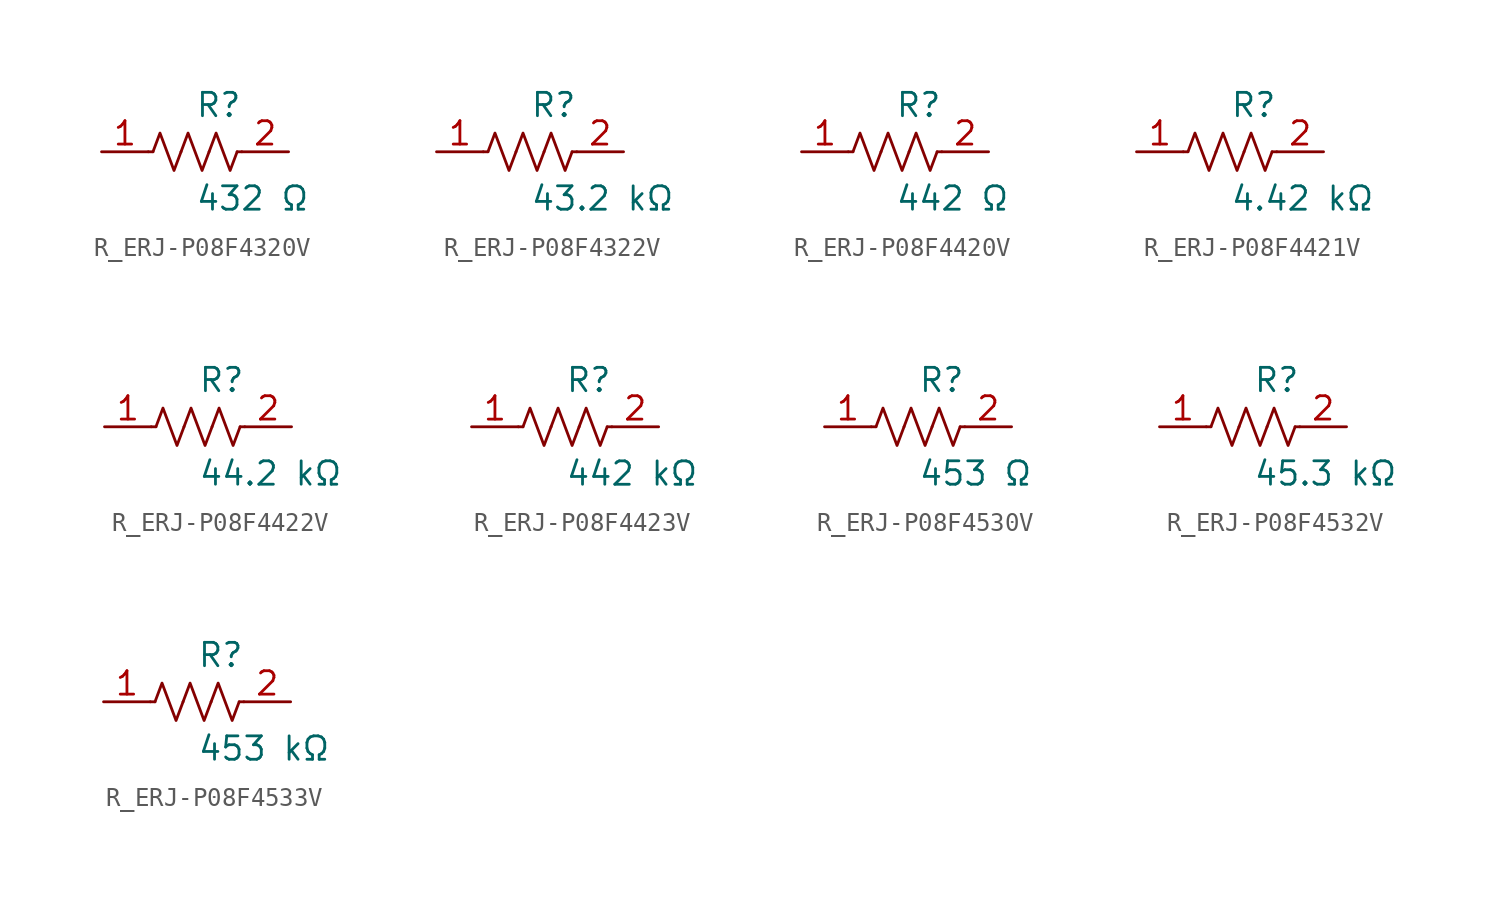
<source format=kicad_sym>
(kicad_symbol_lib
  (version 20231120)
  (generator kicad_symbol_editor)
  (generator_version 8.0)
  (symbol "R_ERJ-P08F4320V"
    (pin_names
      (offset 0.254))
    (property "Reference" "R"
      (at 0.0 2.54 0)
      (effects (font (size 1.27 1.27)) (justify left)))
    (property "Value" "432 Ω"
      (at 0.0 -2.54 0)
      (effects (font (size 1.27 1.27)) (justify left)))
    (symbol "R_ERJ-P08F4320V_0_1"
      (polyline (pts (xy 2.286 0) (xy 2.54 0)) (stroke (width 0) (type default)) (fill (type none)))
      (polyline (pts (xy -2.286 0) (xy -2.54 0)) (stroke (width 0) (type default)) (fill (type none)))
      (polyline (pts (xy 0.762 0) (xy 1.143 1.016) (xy 1.524 0) (xy 1.905 -1.016) (xy 2.286 0)) (stroke (width 0) (type default)) (fill (type none)))
      (polyline (pts (xy -0.762 0) (xy -0.381 1.016) (xy 0 0) (xy 0.381 -1.016) (xy 0.762 0)) (stroke (width 0) (type default)) (fill (type none)))
      (polyline (pts (xy -2.286 0) (xy -1.905 1.016) (xy -1.524 0) (xy -1.143 -1.016) (xy -0.762 0)) (stroke (width 0) (type default)) (fill (type none))))
    (pin unspecified line
      (at -5.08 0 0)
      (length 2.54)
      (name "" (effects (font (size 1.27 1.27))))
      (number "1" (effects (font (size 1.27 1.27)))))
    (pin unspecified line
      (at 5.08 0 180)
      (length 2.54)
      (name "" (effects (font (size 1.27 1.27))))
      (number "2" (effects (font (size 1.27 1.27))))))
  (symbol "R_ERJ-P08F4322V"
    (pin_names
      (offset 0.254))
    (property "Reference" "R"
      (at 0.0 2.54 0)
      (effects (font (size 1.27 1.27)) (justify left)))
    (property "Value" "43.2 kΩ"
      (at 0.0 -2.54 0)
      (effects (font (size 1.27 1.27)) (justify left)))
    (symbol "R_ERJ-P08F4322V_0_1"
      (polyline (pts (xy 2.286 0) (xy 2.54 0)) (stroke (width 0) (type default)) (fill (type none)))
      (polyline (pts (xy -2.286 0) (xy -2.54 0)) (stroke (width 0) (type default)) (fill (type none)))
      (polyline (pts (xy 0.762 0) (xy 1.143 1.016) (xy 1.524 0) (xy 1.905 -1.016) (xy 2.286 0)) (stroke (width 0) (type default)) (fill (type none)))
      (polyline (pts (xy -0.762 0) (xy -0.381 1.016) (xy 0 0) (xy 0.381 -1.016) (xy 0.762 0)) (stroke (width 0) (type default)) (fill (type none)))
      (polyline (pts (xy -2.286 0) (xy -1.905 1.016) (xy -1.524 0) (xy -1.143 -1.016) (xy -0.762 0)) (stroke (width 0) (type default)) (fill (type none))))
    (pin unspecified line
      (at -5.08 0 0)
      (length 2.54)
      (name "" (effects (font (size 1.27 1.27))))
      (number "1" (effects (font (size 1.27 1.27)))))
    (pin unspecified line
      (at 5.08 0 180)
      (length 2.54)
      (name "" (effects (font (size 1.27 1.27))))
      (number "2" (effects (font (size 1.27 1.27))))))
  (symbol "R_ERJ-P08F4420V"
    (pin_names
      (offset 0.254))
    (property "Reference" "R"
      (at 0.0 2.54 0)
      (effects (font (size 1.27 1.27)) (justify left)))
    (property "Value" "442 Ω"
      (at 0.0 -2.54 0)
      (effects (font (size 1.27 1.27)) (justify left)))
    (symbol "R_ERJ-P08F4420V_0_1"
      (polyline (pts (xy 2.286 0) (xy 2.54 0)) (stroke (width 0) (type default)) (fill (type none)))
      (polyline (pts (xy -2.286 0) (xy -2.54 0)) (stroke (width 0) (type default)) (fill (type none)))
      (polyline (pts (xy 0.762 0) (xy 1.143 1.016) (xy 1.524 0) (xy 1.905 -1.016) (xy 2.286 0)) (stroke (width 0) (type default)) (fill (type none)))
      (polyline (pts (xy -0.762 0) (xy -0.381 1.016) (xy 0 0) (xy 0.381 -1.016) (xy 0.762 0)) (stroke (width 0) (type default)) (fill (type none)))
      (polyline (pts (xy -2.286 0) (xy -1.905 1.016) (xy -1.524 0) (xy -1.143 -1.016) (xy -0.762 0)) (stroke (width 0) (type default)) (fill (type none))))
    (pin unspecified line
      (at -5.08 0 0)
      (length 2.54)
      (name "" (effects (font (size 1.27 1.27))))
      (number "1" (effects (font (size 1.27 1.27)))))
    (pin unspecified line
      (at 5.08 0 180)
      (length 2.54)
      (name "" (effects (font (size 1.27 1.27))))
      (number "2" (effects (font (size 1.27 1.27))))))
  (symbol "R_ERJ-P08F4421V"
    (pin_names
      (offset 0.254))
    (property "Reference" "R"
      (at 0.0 2.54 0)
      (effects (font (size 1.27 1.27)) (justify left)))
    (property "Value" "4.42 kΩ"
      (at 0.0 -2.54 0)
      (effects (font (size 1.27 1.27)) (justify left)))
    (symbol "R_ERJ-P08F4421V_0_1"
      (polyline (pts (xy 2.286 0) (xy 2.54 0)) (stroke (width 0) (type default)) (fill (type none)))
      (polyline (pts (xy -2.286 0) (xy -2.54 0)) (stroke (width 0) (type default)) (fill (type none)))
      (polyline (pts (xy 0.762 0) (xy 1.143 1.016) (xy 1.524 0) (xy 1.905 -1.016) (xy 2.286 0)) (stroke (width 0) (type default)) (fill (type none)))
      (polyline (pts (xy -0.762 0) (xy -0.381 1.016) (xy 0 0) (xy 0.381 -1.016) (xy 0.762 0)) (stroke (width 0) (type default)) (fill (type none)))
      (polyline (pts (xy -2.286 0) (xy -1.905 1.016) (xy -1.524 0) (xy -1.143 -1.016) (xy -0.762 0)) (stroke (width 0) (type default)) (fill (type none))))
    (pin unspecified line
      (at -5.08 0 0)
      (length 2.54)
      (name "" (effects (font (size 1.27 1.27))))
      (number "1" (effects (font (size 1.27 1.27)))))
    (pin unspecified line
      (at 5.08 0 180)
      (length 2.54)
      (name "" (effects (font (size 1.27 1.27))))
      (number "2" (effects (font (size 1.27 1.27))))))
  (symbol "R_ERJ-P08F4422V"
    (pin_names
      (offset 0.254))
    (property "Reference" "R"
      (at 0.0 2.54 0)
      (effects (font (size 1.27 1.27)) (justify left)))
    (property "Value" "44.2 kΩ"
      (at 0.0 -2.54 0)
      (effects (font (size 1.27 1.27)) (justify left)))
    (symbol "R_ERJ-P08F4422V_0_1"
      (polyline (pts (xy 2.286 0) (xy 2.54 0)) (stroke (width 0) (type default)) (fill (type none)))
      (polyline (pts (xy -2.286 0) (xy -2.54 0)) (stroke (width 0) (type default)) (fill (type none)))
      (polyline (pts (xy 0.762 0) (xy 1.143 1.016) (xy 1.524 0) (xy 1.905 -1.016) (xy 2.286 0)) (stroke (width 0) (type default)) (fill (type none)))
      (polyline (pts (xy -0.762 0) (xy -0.381 1.016) (xy 0 0) (xy 0.381 -1.016) (xy 0.762 0)) (stroke (width 0) (type default)) (fill (type none)))
      (polyline (pts (xy -2.286 0) (xy -1.905 1.016) (xy -1.524 0) (xy -1.143 -1.016) (xy -0.762 0)) (stroke (width 0) (type default)) (fill (type none))))
    (pin unspecified line
      (at -5.08 0 0)
      (length 2.54)
      (name "" (effects (font (size 1.27 1.27))))
      (number "1" (effects (font (size 1.27 1.27)))))
    (pin unspecified line
      (at 5.08 0 180)
      (length 2.54)
      (name "" (effects (font (size 1.27 1.27))))
      (number "2" (effects (font (size 1.27 1.27))))))
  (symbol "R_ERJ-P08F4423V"
    (pin_names
      (offset 0.254))
    (property "Reference" "R"
      (at 0.0 2.54 0)
      (effects (font (size 1.27 1.27)) (justify left)))
    (property "Value" "442 kΩ"
      (at 0.0 -2.54 0)
      (effects (font (size 1.27 1.27)) (justify left)))
    (symbol "R_ERJ-P08F4423V_0_1"
      (polyline (pts (xy 2.286 0) (xy 2.54 0)) (stroke (width 0) (type default)) (fill (type none)))
      (polyline (pts (xy -2.286 0) (xy -2.54 0)) (stroke (width 0) (type default)) (fill (type none)))
      (polyline (pts (xy 0.762 0) (xy 1.143 1.016) (xy 1.524 0) (xy 1.905 -1.016) (xy 2.286 0)) (stroke (width 0) (type default)) (fill (type none)))
      (polyline (pts (xy -0.762 0) (xy -0.381 1.016) (xy 0 0) (xy 0.381 -1.016) (xy 0.762 0)) (stroke (width 0) (type default)) (fill (type none)))
      (polyline (pts (xy -2.286 0) (xy -1.905 1.016) (xy -1.524 0) (xy -1.143 -1.016) (xy -0.762 0)) (stroke (width 0) (type default)) (fill (type none))))
    (pin unspecified line
      (at -5.08 0 0)
      (length 2.54)
      (name "" (effects (font (size 1.27 1.27))))
      (number "1" (effects (font (size 1.27 1.27)))))
    (pin unspecified line
      (at 5.08 0 180)
      (length 2.54)
      (name "" (effects (font (size 1.27 1.27))))
      (number "2" (effects (font (size 1.27 1.27))))))
  (symbol "R_ERJ-P08F4530V"
    (pin_names
      (offset 0.254))
    (property "Reference" "R"
      (at 0.0 2.54 0)
      (effects (font (size 1.27 1.27)) (justify left)))
    (property "Value" "453 Ω"
      (at 0.0 -2.54 0)
      (effects (font (size 1.27 1.27)) (justify left)))
    (symbol "R_ERJ-P08F4530V_0_1"
      (polyline (pts (xy 2.286 0) (xy 2.54 0)) (stroke (width 0) (type default)) (fill (type none)))
      (polyline (pts (xy -2.286 0) (xy -2.54 0)) (stroke (width 0) (type default)) (fill (type none)))
      (polyline (pts (xy 0.762 0) (xy 1.143 1.016) (xy 1.524 0) (xy 1.905 -1.016) (xy 2.286 0)) (stroke (width 0) (type default)) (fill (type none)))
      (polyline (pts (xy -0.762 0) (xy -0.381 1.016) (xy 0 0) (xy 0.381 -1.016) (xy 0.762 0)) (stroke (width 0) (type default)) (fill (type none)))
      (polyline (pts (xy -2.286 0) (xy -1.905 1.016) (xy -1.524 0) (xy -1.143 -1.016) (xy -0.762 0)) (stroke (width 0) (type default)) (fill (type none))))
    (pin unspecified line
      (at -5.08 0 0)
      (length 2.54)
      (name "" (effects (font (size 1.27 1.27))))
      (number "1" (effects (font (size 1.27 1.27)))))
    (pin unspecified line
      (at 5.08 0 180)
      (length 2.54)
      (name "" (effects (font (size 1.27 1.27))))
      (number "2" (effects (font (size 1.27 1.27))))))
  (symbol "R_ERJ-P08F4532V"
    (pin_names
      (offset 0.254))
    (property "Reference" "R"
      (at 0.0 2.54 0)
      (effects (font (size 1.27 1.27)) (justify left)))
    (property "Value" "45.3 kΩ"
      (at 0.0 -2.54 0)
      (effects (font (size 1.27 1.27)) (justify left)))
    (symbol "R_ERJ-P08F4532V_0_1"
      (polyline (pts (xy 2.286 0) (xy 2.54 0)) (stroke (width 0) (type default)) (fill (type none)))
      (polyline (pts (xy -2.286 0) (xy -2.54 0)) (stroke (width 0) (type default)) (fill (type none)))
      (polyline (pts (xy 0.762 0) (xy 1.143 1.016) (xy 1.524 0) (xy 1.905 -1.016) (xy 2.286 0)) (stroke (width 0) (type default)) (fill (type none)))
      (polyline (pts (xy -0.762 0) (xy -0.381 1.016) (xy 0 0) (xy 0.381 -1.016) (xy 0.762 0)) (stroke (width 0) (type default)) (fill (type none)))
      (polyline (pts (xy -2.286 0) (xy -1.905 1.016) (xy -1.524 0) (xy -1.143 -1.016) (xy -0.762 0)) (stroke (width 0) (type default)) (fill (type none))))
    (pin unspecified line
      (at -5.08 0 0)
      (length 2.54)
      (name "" (effects (font (size 1.27 1.27))))
      (number "1" (effects (font (size 1.27 1.27)))))
    (pin unspecified line
      (at 5.08 0 180)
      (length 2.54)
      (name "" (effects (font (size 1.27 1.27))))
      (number "2" (effects (font (size 1.27 1.27))))))
  (symbol "R_ERJ-P08F4533V"
    (pin_names
      (offset 0.254))
    (property "Reference" "R"
      (at 0.0 2.54 0)
      (effects (font (size 1.27 1.27)) (justify left)))
    (property "Value" "453 kΩ"
      (at 0.0 -2.54 0)
      (effects (font (size 1.27 1.27)) (justify left)))
    (symbol "R_ERJ-P08F4533V_0_1"
      (polyline (pts (xy 2.286 0) (xy 2.54 0)) (stroke (width 0) (type default)) (fill (type none)))
      (polyline (pts (xy -2.286 0) (xy -2.54 0)) (stroke (width 0) (type default)) (fill (type none)))
      (polyline (pts (xy 0.762 0) (xy 1.143 1.016) (xy 1.524 0) (xy 1.905 -1.016) (xy 2.286 0)) (stroke (width 0) (type default)) (fill (type none)))
      (polyline (pts (xy -0.762 0) (xy -0.381 1.016) (xy 0 0) (xy 0.381 -1.016) (xy 0.762 0)) (stroke (width 0) (type default)) (fill (type none)))
      (polyline (pts (xy -2.286 0) (xy -1.905 1.016) (xy -1.524 0) (xy -1.143 -1.016) (xy -0.762 0)) (stroke (width 0) (type default)) (fill (type none))))
    (pin unspecified line
      (at -5.08 0 0)
      (length 2.54)
      (name "" (effects (font (size 1.27 1.27))))
      (number "1" (effects (font (size 1.27 1.27)))))
    (pin unspecified line
      (at 5.08 0 180)
      (length 2.54)
      (name "" (effects (font (size 1.27 1.27))))
      (number "2" (effects (font (size 1.27 1.27)))))))
</source>
